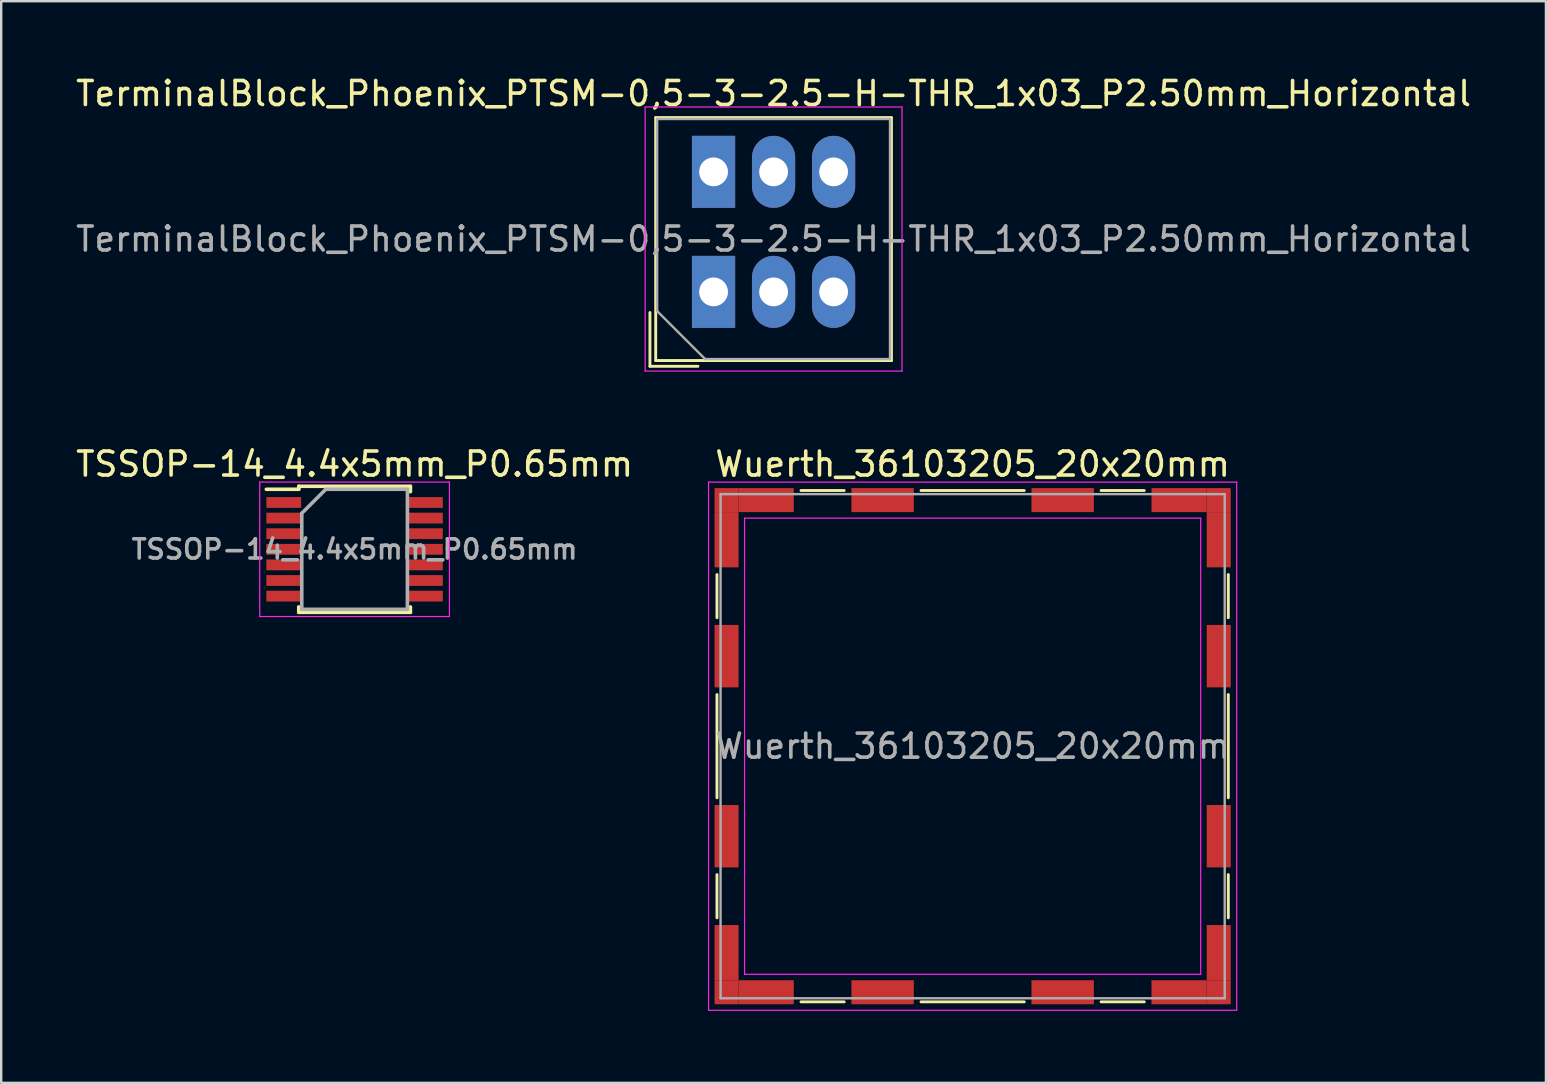
<source format=kicad_pcb>
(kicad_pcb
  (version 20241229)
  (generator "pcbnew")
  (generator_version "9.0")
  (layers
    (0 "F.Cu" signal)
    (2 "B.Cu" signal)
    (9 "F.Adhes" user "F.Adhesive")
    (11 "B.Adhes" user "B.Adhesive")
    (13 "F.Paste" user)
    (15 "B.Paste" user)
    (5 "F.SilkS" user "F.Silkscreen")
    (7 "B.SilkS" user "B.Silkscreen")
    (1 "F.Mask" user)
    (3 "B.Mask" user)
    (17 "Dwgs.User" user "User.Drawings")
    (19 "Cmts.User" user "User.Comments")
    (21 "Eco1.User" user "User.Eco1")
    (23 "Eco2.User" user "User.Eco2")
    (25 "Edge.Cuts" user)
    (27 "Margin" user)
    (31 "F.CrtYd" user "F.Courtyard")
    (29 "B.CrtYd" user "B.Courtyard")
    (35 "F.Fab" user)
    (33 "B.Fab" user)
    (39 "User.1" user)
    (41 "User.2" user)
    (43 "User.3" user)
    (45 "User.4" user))
  (footprint "TSSOP-14_4.4x5mm_P0.65mm"
    (layer "F.Cu")
    (at 11.72 19.831)
    (property "Reference" "TSSOP-14_4.4x5mm_P0.65mm" (at 0 -3.55 0) (layer "F.SilkS") (effects (font (size 1 1) (thickness 0.15))))
    (attr smd)
    (fp_line (start -2.325 -2.625) (end -2.325 -2.5) (stroke (width 0.15) (type solid)) (layer "F.SilkS"))
    (fp_line (start -2.325 -2.625) (end 2.325 -2.625) (stroke (width 0.15) (type solid)) (layer "F.SilkS"))
    (fp_line (start -2.325 -2.5) (end -3.675 -2.5) (stroke (width 0.15) (type solid)) (layer "F.SilkS"))
    (fp_line (start -2.325 2.625) (end -2.325 2.4) (stroke (width 0.15) (type solid)) (layer "F.SilkS"))
    (fp_line (start -2.325 2.625) (end 2.325 2.625) (stroke (width 0.15) (type solid)) (layer "F.SilkS"))
    (fp_line (start 2.325 -2.625) (end 2.325 -2.4) (stroke (width 0.15) (type solid)) (layer "F.SilkS"))
    (fp_line (start 2.325 2.625) (end 2.325 2.4) (stroke (width 0.15) (type solid)) (layer "F.SilkS"))
    (fp_line (start -3.95 -2.8) (end -3.95 2.8) (stroke (width 0.05) (type solid)) (layer "F.CrtYd"))
    (fp_line (start -3.95 -2.8) (end 3.95 -2.8) (stroke (width 0.05) (type solid)) (layer "F.CrtYd"))
    (fp_line (start -3.95 2.8) (end 3.95 2.8) (stroke (width 0.05) (type solid)) (layer "F.CrtYd"))
    (fp_line (start 3.95 -2.8) (end 3.95 2.8) (stroke (width 0.05) (type solid)) (layer "F.CrtYd"))
    (fp_line (start -2.2 -1.5) (end -1.2 -2.5) (stroke (width 0.15) (type solid)) (layer "F.Fab"))
    (fp_line (start -2.2 2.5) (end -2.2 -1.5) (stroke (width 0.15) (type solid)) (layer "F.Fab"))
    (fp_line (start -1.2 -2.5) (end 2.2 -2.5) (stroke (width 0.15) (type solid)) (layer "F.Fab"))
    (fp_line (start 2.2 -2.5) (end 2.2 2.5) (stroke (width 0.15) (type solid)) (layer "F.Fab"))
    (fp_line (start 2.2 2.5) (end -2.2 2.5) (stroke (width 0.15) (type solid)) (layer "F.Fab"))
    (fp_text user "${REFERENCE}" (at 0 0 0) (layer "F.Fab") (effects (font (size 0.8 0.8) (thickness 0.15))))
    (pad "1" smd rect (at -2.95 -1.95) (size 1.45 0.45) (layers "F.Cu" "F.Mask" "F.Paste"))
    (pad "2" smd rect (at -2.95 -1.3) (size 1.45 0.45) (layers "F.Cu" "F.Mask" "F.Paste"))
    (pad "3" smd rect (at -2.95 -0.65) (size 1.45 0.45) (layers "F.Cu" "F.Mask" "F.Paste"))
    (pad "4" smd rect (at -2.95 0) (size 1.45 0.45) (layers "F.Cu" "F.Mask" "F.Paste"))
    (pad "5" smd rect (at -2.95 0.65) (size 1.45 0.45) (layers "F.Cu" "F.Mask" "F.Paste"))
    (pad "6" smd rect (at -2.95 1.3) (size 1.45 0.45) (layers "F.Cu" "F.Mask" "F.Paste"))
    (pad "7" smd rect (at -2.95 1.95) (size 1.45 0.45) (layers "F.Cu" "F.Mask" "F.Paste"))
    (pad "8" smd rect (at 2.95 1.95) (size 1.45 0.45) (layers "F.Cu" "F.Mask" "F.Paste"))
    (pad "9" smd rect (at 2.95 1.3) (size 1.45 0.45) (layers "F.Cu" "F.Mask" "F.Paste"))
    (pad "10" smd rect (at 2.95 0.65) (size 1.45 0.45) (layers "F.Cu" "F.Mask" "F.Paste"))
    (pad "11" smd rect (at 2.95 0) (size 1.45 0.45) (layers "F.Cu" "F.Mask" "F.Paste"))
    (pad "12" smd rect (at 2.95 -0.65) (size 1.45 0.45) (layers "F.Cu" "F.Mask" "F.Paste"))
    (pad "13" smd rect (at 2.95 -1.3) (size 1.45 0.45) (layers "F.Cu" "F.Mask" "F.Paste"))
    (pad "14" smd rect (at 2.95 -1.95) (size 1.45 0.45) (layers "F.Cu" "F.Mask" "F.Paste")))
  (footprint "TerminalBlock_Phoenix_PTSM-0,5-3-2.5-H-THR_1x03_P2.50mm_Horizontal"
    (layer "F.Cu")
    (at 26.673 9.108)
    (property "Reference" "TerminalBlock_Phoenix_PTSM-0,5-3-2.5-H-THR_1x03_P2.50mm_Horizontal" (at 2.5 -8.26 0) (layer "F.SilkS") (effects (font (size 1 1) (thickness 0.15))))
    (attr through_hole)
    (fp_line (start -2.65 0.86) (end -2.65 3.1) (stroke (width 0.12) (type solid)) (layer "F.SilkS"))
    (fp_line (start -2.65 3.1) (end -0.65 3.1) (stroke (width 0.12) (type solid)) (layer "F.SilkS"))
    (fp_line (start -2.41 -7.26) (end -2.41 2.86) (stroke (width 0.12) (type solid)) (layer "F.SilkS"))
    (fp_line (start -2.41 -7.26) (end 7.41 -7.26) (stroke (width 0.12) (type solid)) (layer "F.SilkS"))
    (fp_line (start -2.41 2.86) (end 7.41 2.86) (stroke (width 0.12) (type solid)) (layer "F.SilkS"))
    (fp_line (start 7.41 -7.26) (end 7.41 2.86) (stroke (width 0.12) (type solid)) (layer "F.SilkS"))
    (fp_line (start -2.85 -7.7) (end -2.85 3.3) (stroke (width 0.05) (type solid)) (layer "F.CrtYd"))
    (fp_line (start -2.85 3.3) (end 7.85 3.3) (stroke (width 0.05) (type solid)) (layer "F.CrtYd"))
    (fp_line (start 7.85 -7.7) (end -2.85 -7.7) (stroke (width 0.05) (type solid)) (layer "F.CrtYd"))
    (fp_line (start 7.85 3.3) (end 7.85 -7.7) (stroke (width 0.05) (type solid)) (layer "F.CrtYd"))
    (fp_line (start -2.35 -7.2) (end 7.35 -7.2) (stroke (width 0.1) (type solid)) (layer "F.Fab"))
    (fp_line (start -2.35 0.8) (end -2.35 -7.2) (stroke (width 0.1) (type solid)) (layer "F.Fab"))
    (fp_line (start -0.35 2.8) (end -2.35 0.8) (stroke (width 0.1) (type solid)) (layer "F.Fab"))
    (fp_line (start 7.35 -7.2) (end 7.35 2.8) (stroke (width 0.1) (type solid)) (layer "F.Fab"))
    (fp_line (start 7.35 2.8) (end -0.35 2.8) (stroke (width 0.1) (type solid)) (layer "F.Fab"))
    (fp_text user "${REFERENCE}" (at 2.5 -2.2 0) (layer "F.Fab") (effects (font (size 1 1) (thickness 0.15))))
    (pad "1" thru_hole rect (at 0 -5) (size 1.8 3) (drill 1.2) (layers "*.Cu" "*.Mask"))
    (pad "1" thru_hole rect (at 0 0) (size 1.8 3) (drill 1.2) (layers "*.Cu" "*.Mask"))
    (pad "2" thru_hole oval (at 2.5 -5) (size 1.8 3) (drill 1.2) (layers "*.Cu" "*.Mask"))
    (pad "2" thru_hole oval (at 2.5 0) (size 1.8 3) (drill 1.2) (layers "*.Cu" "*.Mask"))
    (pad "3" thru_hole oval (at 5 -5) (size 1.8 3) (drill 1.2) (layers "*.Cu" "*.Mask"))
    (pad "3" thru_hole oval (at 5 0) (size 1.8 3) (drill 1.2) (layers "*.Cu" "*.Mask")))
  (footprint "Wuerth_36103205_20x20mm"
    (layer "F.Cu")
    (at 37.465 28.032)
    (property "Reference" "Wuerth_36103205_20x20mm" (at 0 -11.75 0) (layer "F.SilkS") (effects (font (size 1 1) (thickness 0.15))))
    (attr smd)
    (fp_line (start -10.65 -7.15) (end -10.65 -5.35) (stroke (width 0.12) (type solid)) (layer "F.SilkS"))
    (fp_line (start -10.65 -2.15) (end -10.65 2.15) (stroke (width 0.12) (type solid)) (layer "F.SilkS"))
    (fp_line (start -10.65 5.35) (end -10.65 7.15) (stroke (width 0.12) (type solid)) (layer "F.SilkS"))
    (fp_line (start -7.15 -10.65) (end -5.35 -10.65) (stroke (width 0.12) (type solid)) (layer "F.SilkS"))
    (fp_line (start -7.15 10.65) (end -5.35 10.65) (stroke (width 0.12) (type solid)) (layer "F.SilkS"))
    (fp_line (start -2.15 -10.65) (end 2.15 -10.65) (stroke (width 0.12) (type solid)) (layer "F.SilkS"))
    (fp_line (start -2.15 10.65) (end 2.15 10.65) (stroke (width 0.12) (type solid)) (layer "F.SilkS"))
    (fp_line (start 5.35 -10.65) (end 7.15 -10.65) (stroke (width 0.12) (type solid)) (layer "F.SilkS"))
    (fp_line (start 5.35 10.65) (end 7.15 10.65) (stroke (width 0.12) (type solid)) (layer "F.SilkS"))
    (fp_line (start 10.65 -7.15) (end 10.65 -5.35) (stroke (width 0.12) (type solid)) (layer "F.SilkS"))
    (fp_line (start 10.65 -2.15) (end 10.65 2.15) (stroke (width 0.12) (type solid)) (layer "F.SilkS"))
    (fp_line (start 10.65 5.35) (end 10.65 7.15) (stroke (width 0.12) (type solid)) (layer "F.SilkS"))
    (fp_line (start -11 -11) (end -11 11) (stroke (width 0.05) (type solid)) (layer "F.CrtYd"))
    (fp_line (start -11 11) (end 11 11) (stroke (width 0.05) (type solid)) (layer "F.CrtYd"))
    (fp_line (start -9.5 -9.5) (end -9.5 9.5) (stroke (width 0.05) (type solid)) (layer "F.CrtYd"))
    (fp_line (start -9.5 9.5) (end 9.5 9.5) (stroke (width 0.05) (type solid)) (layer "F.CrtYd"))
    (fp_line (start 9.5 -9.5) (end -9.5 -9.5) (stroke (width 0.05) (type solid)) (layer "F.CrtYd"))
    (fp_line (start 9.5 9.5) (end 9.5 -9.5) (stroke (width 0.05) (type solid)) (layer "F.CrtYd"))
    (fp_line (start 11 -11) (end -11 -11) (stroke (width 0.05) (type solid)) (layer "F.CrtYd"))
    (fp_line (start 11 11) (end 11 -11) (stroke (width 0.05) (type solid)) (layer "F.CrtYd"))
    (fp_line (start -10.5 -10.5) (end -10.5 10.5) (stroke (width 0.1) (type solid)) (layer "F.Fab"))
    (fp_line (start -10.5 10.5) (end 10.5 10.5) (stroke (width 0.1) (type solid)) (layer "F.Fab"))
    (fp_line (start 10.5 -10.5) (end -10.5 -10.5) (stroke (width 0.1) (type solid)) (layer "F.Fab"))
    (fp_line (start 10.5 10.5) (end 10.5 -10.5) (stroke (width 0.1) (type solid)) (layer "F.Fab"))
    (fp_text user "${REFERENCE}" (at 0 0 0) (layer "F.Fab") (effects (font (size 1 1) (thickness 0.15))))
    (pad "1" smd rect (at -10.25 -10.25) (size 1 1) (layers "F.Cu" "F.Mask" "F.Paste"))
    (pad "1" smd rect (at -10.25 -8.6) (size 1 2.3) (layers "F.Cu" "F.Mask" "F.Paste"))
    (pad "1" smd rect (at -10.25 -3.75) (size 1 2.6) (layers "F.Cu" "F.Mask" "F.Paste"))
    (pad "1" smd rect (at -10.25 3.75) (size 1 2.6) (layers "F.Cu" "F.Mask" "F.Paste"))
    (pad "1" smd rect (at -10.25 8.6) (size 1 2.3) (layers "F.Cu" "F.Mask" "F.Paste"))
    (pad "1" smd rect (at -10.25 10.25) (size 1 1) (layers "F.Cu" "F.Mask" "F.Paste"))
    (pad "1" smd rect (at -8.6 -10.25) (size 2.3 1) (layers "F.Cu" "F.Mask" "F.Paste"))
    (pad "1" smd rect (at -8.6 10.25) (size 2.3 1) (layers "F.Cu" "F.Mask" "F.Paste"))
    (pad "1" smd rect (at -3.75 -10.25) (size 2.6 1) (layers "F.Cu" "F.Mask" "F.Paste"))
    (pad "1" smd rect (at -3.75 10.25) (size 2.6 1) (layers "F.Cu" "F.Mask" "F.Paste"))
    (pad "1" smd rect (at 3.75 -10.25) (size 2.6 1) (layers "F.Cu" "F.Mask" "F.Paste"))
    (pad "1" smd rect (at 3.75 10.25) (size 2.6 1) (layers "F.Cu" "F.Mask" "F.Paste"))
    (pad "1" smd rect (at 8.6 -10.25) (size 2.3 1) (layers "F.Cu" "F.Mask" "F.Paste"))
    (pad "1" smd rect (at 8.6 10.25) (size 2.3 1) (layers "F.Cu" "F.Mask" "F.Paste"))
    (pad "1" smd rect (at 10.25 -10.25) (size 1 1) (layers "F.Cu" "F.Mask" "F.Paste"))
    (pad "1" smd rect (at 10.25 -8.6) (size 1 2.3) (layers "F.Cu" "F.Mask" "F.Paste"))
    (pad "1" smd rect (at 10.25 -3.75) (size 1 2.6) (layers "F.Cu" "F.Mask" "F.Paste"))
    (pad "1" smd rect (at 10.25 3.75) (size 1 2.6) (layers "F.Cu" "F.Mask" "F.Paste"))
    (pad "1" smd rect (at 10.25 8.6) (size 1 2.3) (layers "F.Cu" "F.Mask" "F.Paste"))
    (pad "1" smd rect (at 10.25 10.25) (size 1 1) (layers "F.Cu" "F.Mask" "F.Paste")))
  (gr_rect
    (start -3 -3)
    (end 61.345 42.056)
    (stroke (width 0.1) (type default))
    (fill no)
    (layer "Edge.Cuts")))
</source>
